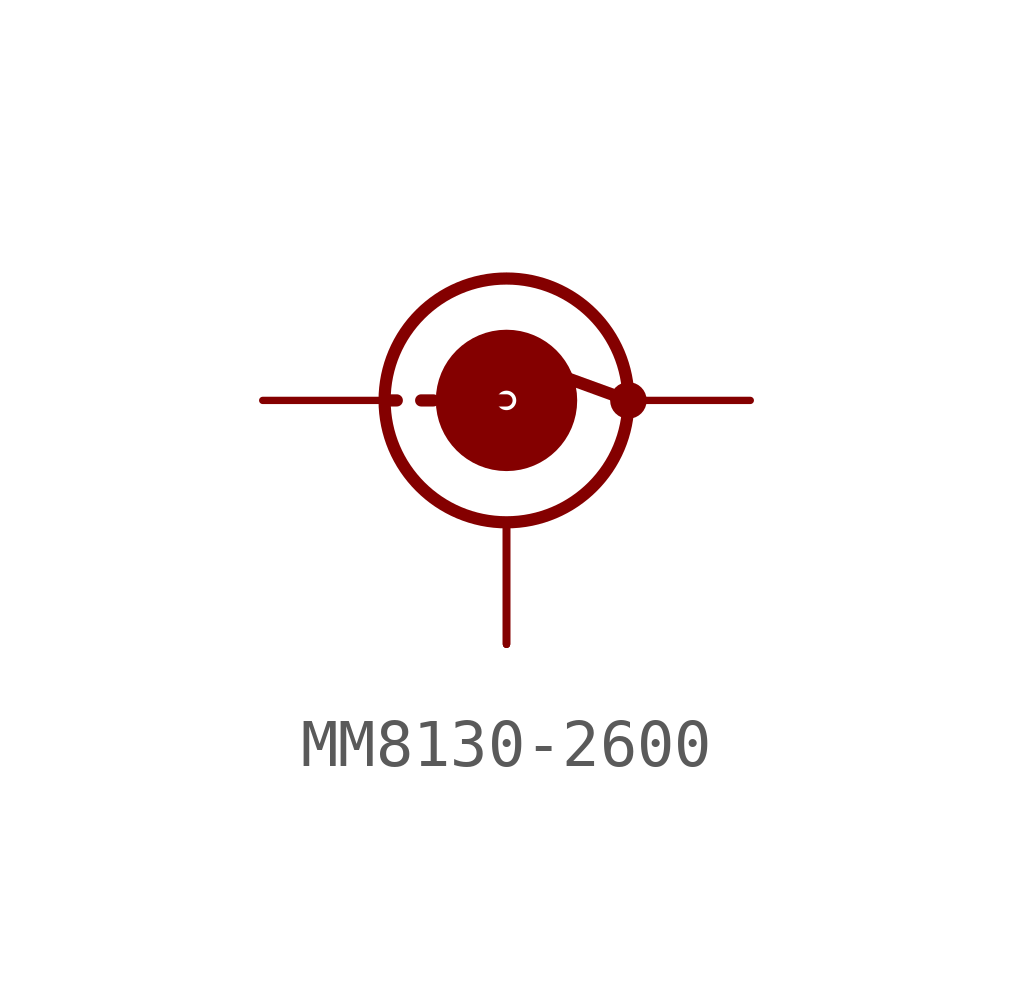
<source format=kicad_sym>
(kicad_symbol_lib
  (version 20220914)
  (generator kicad_symbol_editor)
  (symbol "MM8130-2600"
    (property "Reference" ""
      (at -2.54 5.08 0)
      (effects (font (size 1.27 1.079)) (justify left bottom) hide))
    (property "Value" ""
      (at -2.54 3.048 0)
      (effects (font (size 1.27 1.079)) (justify left bottom)))
    (property "ki_locked" ""
      (at 0 0 0)
      (effects (font (size 1.27 1.27))))
    (symbol "MM8130-2600_1_0"
      (polyline (pts (xy -2.54 0) (xy -2.286 0)) (stroke (width 0.254) (type solid)) (fill (type none)))
      (polyline (pts (xy -1.524 0) (xy -1.778 0)) (stroke (width 0.254) (type solid)) (fill (type none)))
      (polyline (pts (xy 0 0) (xy -1.016 0)) (stroke (width 0.254) (type solid)) (fill (type none)))
      (polyline (pts (xy 2.54 0) (xy -0.254 1.016)) (stroke (width 0.254) (type solid)) (fill (type none)))
      (circle (center 0 0) (radius 0.203) (stroke (width 1.27) (type solid)) (fill (type none)))
      (circle (center 0 0) (radius 2.54) (stroke (width 0.254) (type solid)) (fill (type none)))
      (circle (center 2.54 0) (radius 0.254) (stroke (width 0.254) (type solid)) (fill (type none)))
      (pin passive line (at 0 -5.08 90) (length 2.54) (name "@GND" (effects (font (size 0 0)))) (number "1" (effects (font (size 0 0)))))
      (pin passive line (at 0 -5.08 90) (length 2.54) (name "@GND" (effects (font (size 0 0)))) (number "2" (effects (font (size 0 0)))))
      (pin passive line (at 0 -5.08 90) (length 2.54) (name "@GND" (effects (font (size 0 0)))) (number "3" (effects (font (size 0 0)))))
      (pin passive line (at 0 -5.08 90) (length 2.54) (name "@GND" (effects (font (size 0 0)))) (number "4" (effects (font (size 0 0)))))
      (pin passive line (at -5.08 0 0) (length 2.54) (name "@IN" (effects (font (size 0 0)))) (number "IN" (effects (font (size 0 0)))))
      (pin passive line (at 5.08 0 180) (length 2.54) (name "@OUT" (effects (font (size 0 0)))) (number "OUT" (effects (font (size 0 0))))))))
</source>
